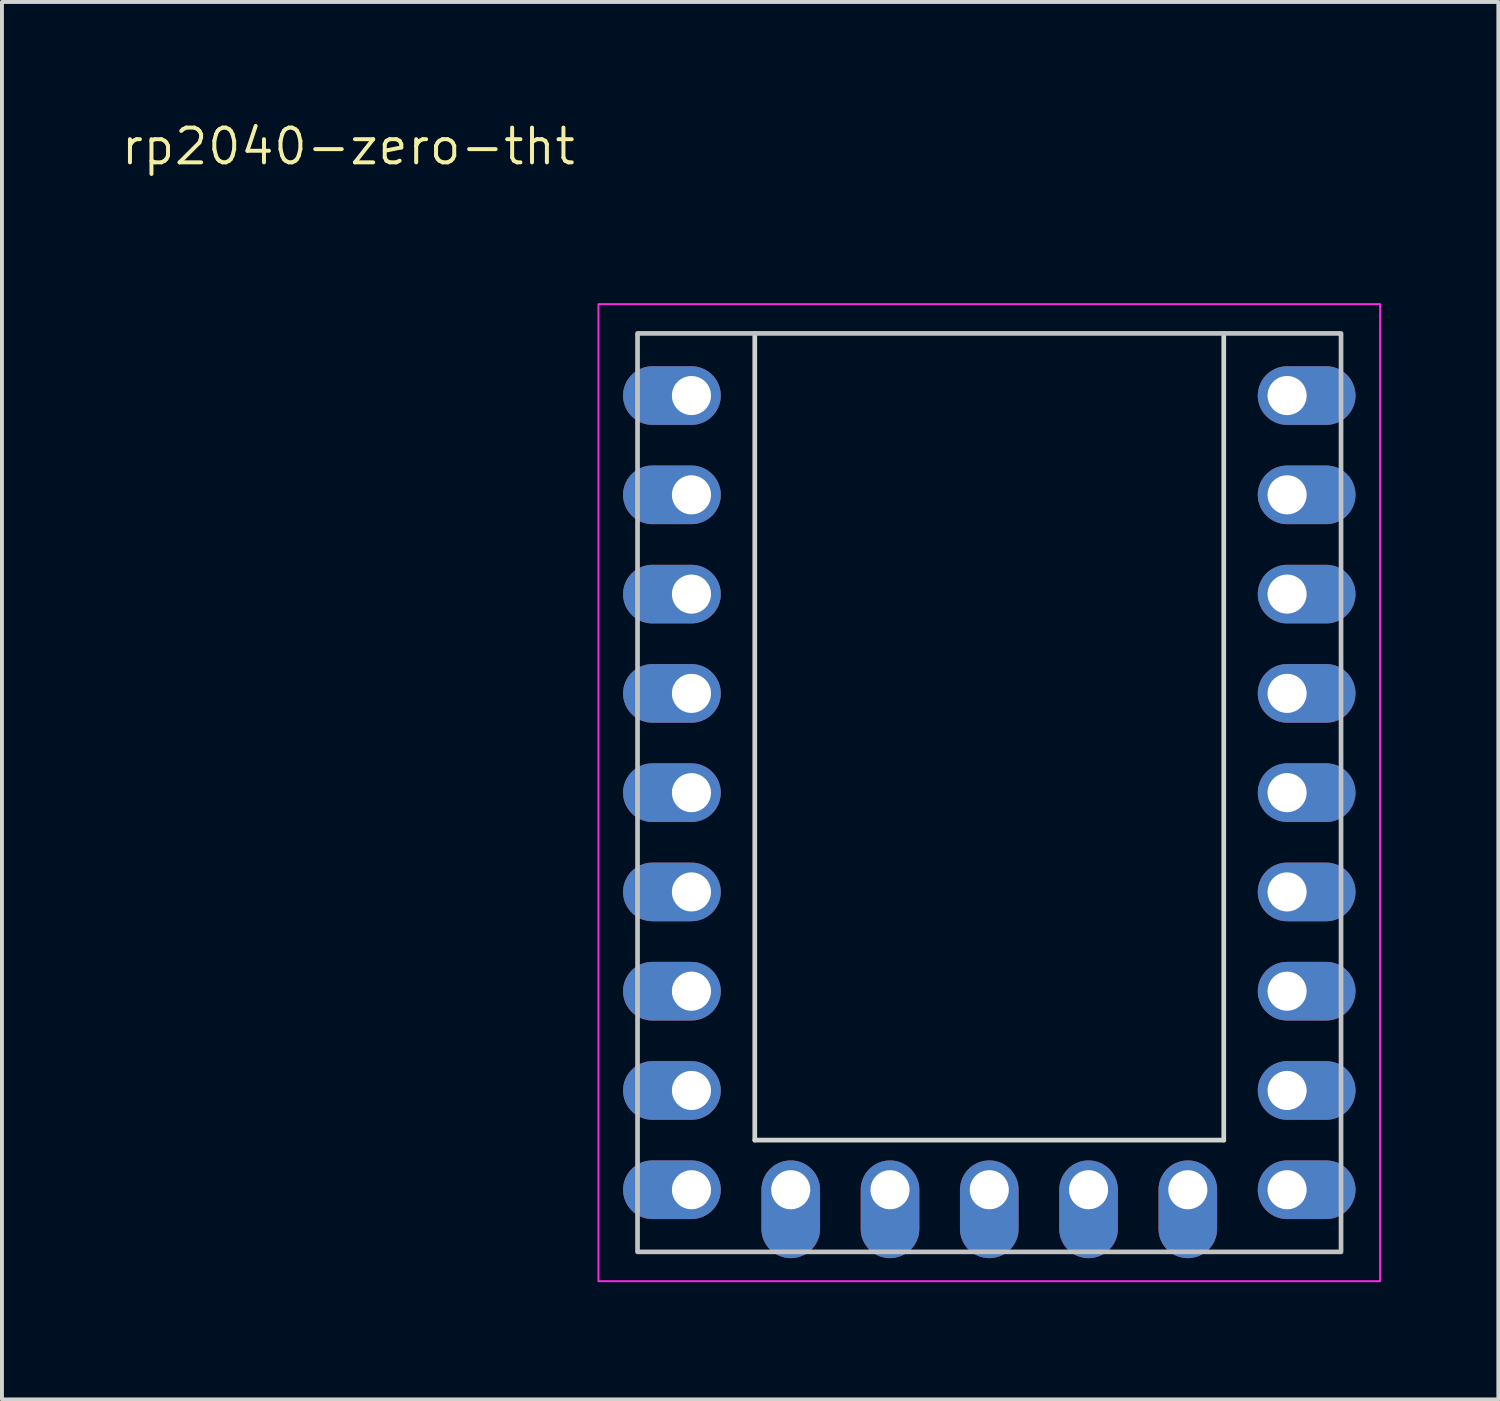
<source format=kicad_pcb>
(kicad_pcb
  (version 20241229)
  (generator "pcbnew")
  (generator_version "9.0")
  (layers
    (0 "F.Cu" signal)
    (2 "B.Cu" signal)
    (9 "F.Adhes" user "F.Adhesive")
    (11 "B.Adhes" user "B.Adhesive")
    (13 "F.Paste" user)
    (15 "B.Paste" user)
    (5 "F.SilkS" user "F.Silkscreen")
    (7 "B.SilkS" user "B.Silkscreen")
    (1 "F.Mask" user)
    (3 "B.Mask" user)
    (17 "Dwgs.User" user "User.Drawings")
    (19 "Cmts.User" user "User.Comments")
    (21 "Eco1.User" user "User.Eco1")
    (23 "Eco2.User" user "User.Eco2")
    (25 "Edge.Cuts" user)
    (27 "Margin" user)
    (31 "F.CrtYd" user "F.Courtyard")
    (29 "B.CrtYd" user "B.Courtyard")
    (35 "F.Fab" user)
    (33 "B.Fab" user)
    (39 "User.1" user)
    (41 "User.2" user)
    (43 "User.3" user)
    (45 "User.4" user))
  (footprint "rp2040-zero-tht"
    (layer "F.Cu")
    (at 22.262 17.231)
    (property "Reference" "rp2040-zero-tht" (at -16.399 -16.533 0) (layer "F.SilkS") (effects (font (size 0.889 0.889) (thickness 0.102))))
    (attr through_hole exclude_from_pos_files)
    (fp_rect (start -9 -11.75) (end 9 11.75) (stroke (width 0.12) (type solid)) (fill no) (layer "Dwgs.User"))
    (fp_line (start -6 -11.75) (end -6 8.89) (stroke (width 0.12) (type solid)) (layer "Edge.Cuts"))
    (fp_line (start -6 8.89) (end 6 8.89) (stroke (width 0.12) (type solid)) (layer "Edge.Cuts"))
    (fp_line (start 6 8.89) (end 6 -11.75) (stroke (width 0.12) (type solid)) (layer "Edge.Cuts"))
    (fp_rect (start -10 -12.5) (end 10 12.5) (stroke (width 0.05) (type default)) (fill no) (layer "F.CrtYd"))
    (pad "1" thru_hole oval (at 7.62 -10.16 180) (size 2.5 1.5) (drill 1 (offset -0.5 0)) (layers "*.Cu" "*.Mask"))
    (pad "2" thru_hole oval (at 7.62 -7.62 180) (size 2.5 1.5) (drill 1 (offset -0.5 0)) (layers "*.Cu" "*.Mask"))
    (pad "3" thru_hole oval (at 7.62 -5.08 180) (size 2.5 1.5) (drill 1 (offset -0.5 0)) (layers "*.Cu" "*.Mask"))
    (pad "4" thru_hole oval (at 7.62 -2.54 180) (size 2.5 1.5) (drill 1 (offset -0.5 0)) (layers "*.Cu" "*.Mask"))
    (pad "5" thru_hole oval (at 7.62 0 180) (size 2.5 1.5) (drill 1 (offset -0.5 0)) (layers "*.Cu" "*.Mask"))
    (pad "6" thru_hole oval (at 7.62 2.54 180) (size 2.5 1.5) (drill 1 (offset -0.5 0)) (layers "*.Cu" "*.Mask"))
    (pad "7" thru_hole oval (at 7.62 5.08 180) (size 2.5 1.5) (drill 1 (offset -0.5 0)) (layers "*.Cu" "*.Mask"))
    (pad "8" thru_hole oval (at 7.62 7.62 180) (size 2.5 1.5) (drill 1 (offset -0.5 0)) (layers "*.Cu" "*.Mask"))
    (pad "9" thru_hole oval (at 7.62 10.16 180) (size 2.5 1.5) (drill 1 (offset -0.5 0)) (layers "*.Cu" "*.Mask"))
    (pad "10" thru_hole oval (at 5.08 10.16 90) (size 2.5 1.5) (drill 1 (offset -0.5 0)) (layers "*.Cu" "*.Mask"))
    (pad "11" thru_hole oval (at 2.54 10.16 90) (size 2.5 1.5) (drill 1 (offset -0.5 0)) (layers "*.Cu" "*.Mask"))
    (pad "12" thru_hole oval (at 0 10.16 90) (size 2.5 1.5) (drill 1 (offset -0.5 0)) (layers "*.Cu" "*.Mask"))
    (pad "13" thru_hole oval (at -2.54 10.16 90) (size 2.5 1.5) (drill 1 (offset -0.5 0)) (layers "*.Cu" "*.Mask"))
    (pad "14" thru_hole oval (at -5.08 10.16 90) (size 2.5 1.5) (drill 1 (offset -0.5 0)) (layers "*.Cu" "*.Mask"))
    (pad "15" thru_hole oval (at -7.62 10.16) (size 2.5 1.5) (drill 1 (offset -0.5 0)) (layers "*.Cu" "*.Mask"))
    (pad "16" thru_hole oval (at -7.62 7.62) (size 2.5 1.5) (drill 1 (offset -0.5 0)) (layers "*.Cu" "*.Mask"))
    (pad "17" thru_hole oval (at -7.62 5.08) (size 2.5 1.5) (drill 1 (offset -0.5 0)) (layers "*.Cu" "*.Mask"))
    (pad "18" thru_hole oval (at -7.62 2.54) (size 2.5 1.5) (drill 1 (offset -0.5 0)) (layers "*.Cu" "*.Mask"))
    (pad "19" thru_hole oval (at -7.62 0) (size 2.5 1.5) (drill 1 (offset -0.5 0)) (layers "*.Cu" "*.Mask"))
    (pad "20" thru_hole oval (at -7.62 -2.54) (size 2.5 1.5) (drill 1 (offset -0.5 0)) (layers "*.Cu" "*.Mask"))
    (pad "21" thru_hole oval (at -7.62 -5.08) (size 2.5 1.5) (drill 1 (offset -0.5 0)) (layers "*.Cu" "*.Mask"))
    (pad "22" thru_hole oval (at -7.62 -7.62) (size 2.5 1.5) (drill 1 (offset -0.5 0)) (layers "*.Cu" "*.Mask"))
    (pad "23" thru_hole oval (at -7.62 -10.16) (size 2.5 1.5) (drill 1 (offset -0.5 0)) (layers "*.Cu" "*.Mask")))
  (gr_rect
    (start -3 -3)
    (end 35.287 32.756)
    (stroke (width 0.1) (type default))
    (fill no)
    (layer "Edge.Cuts")))
</source>
